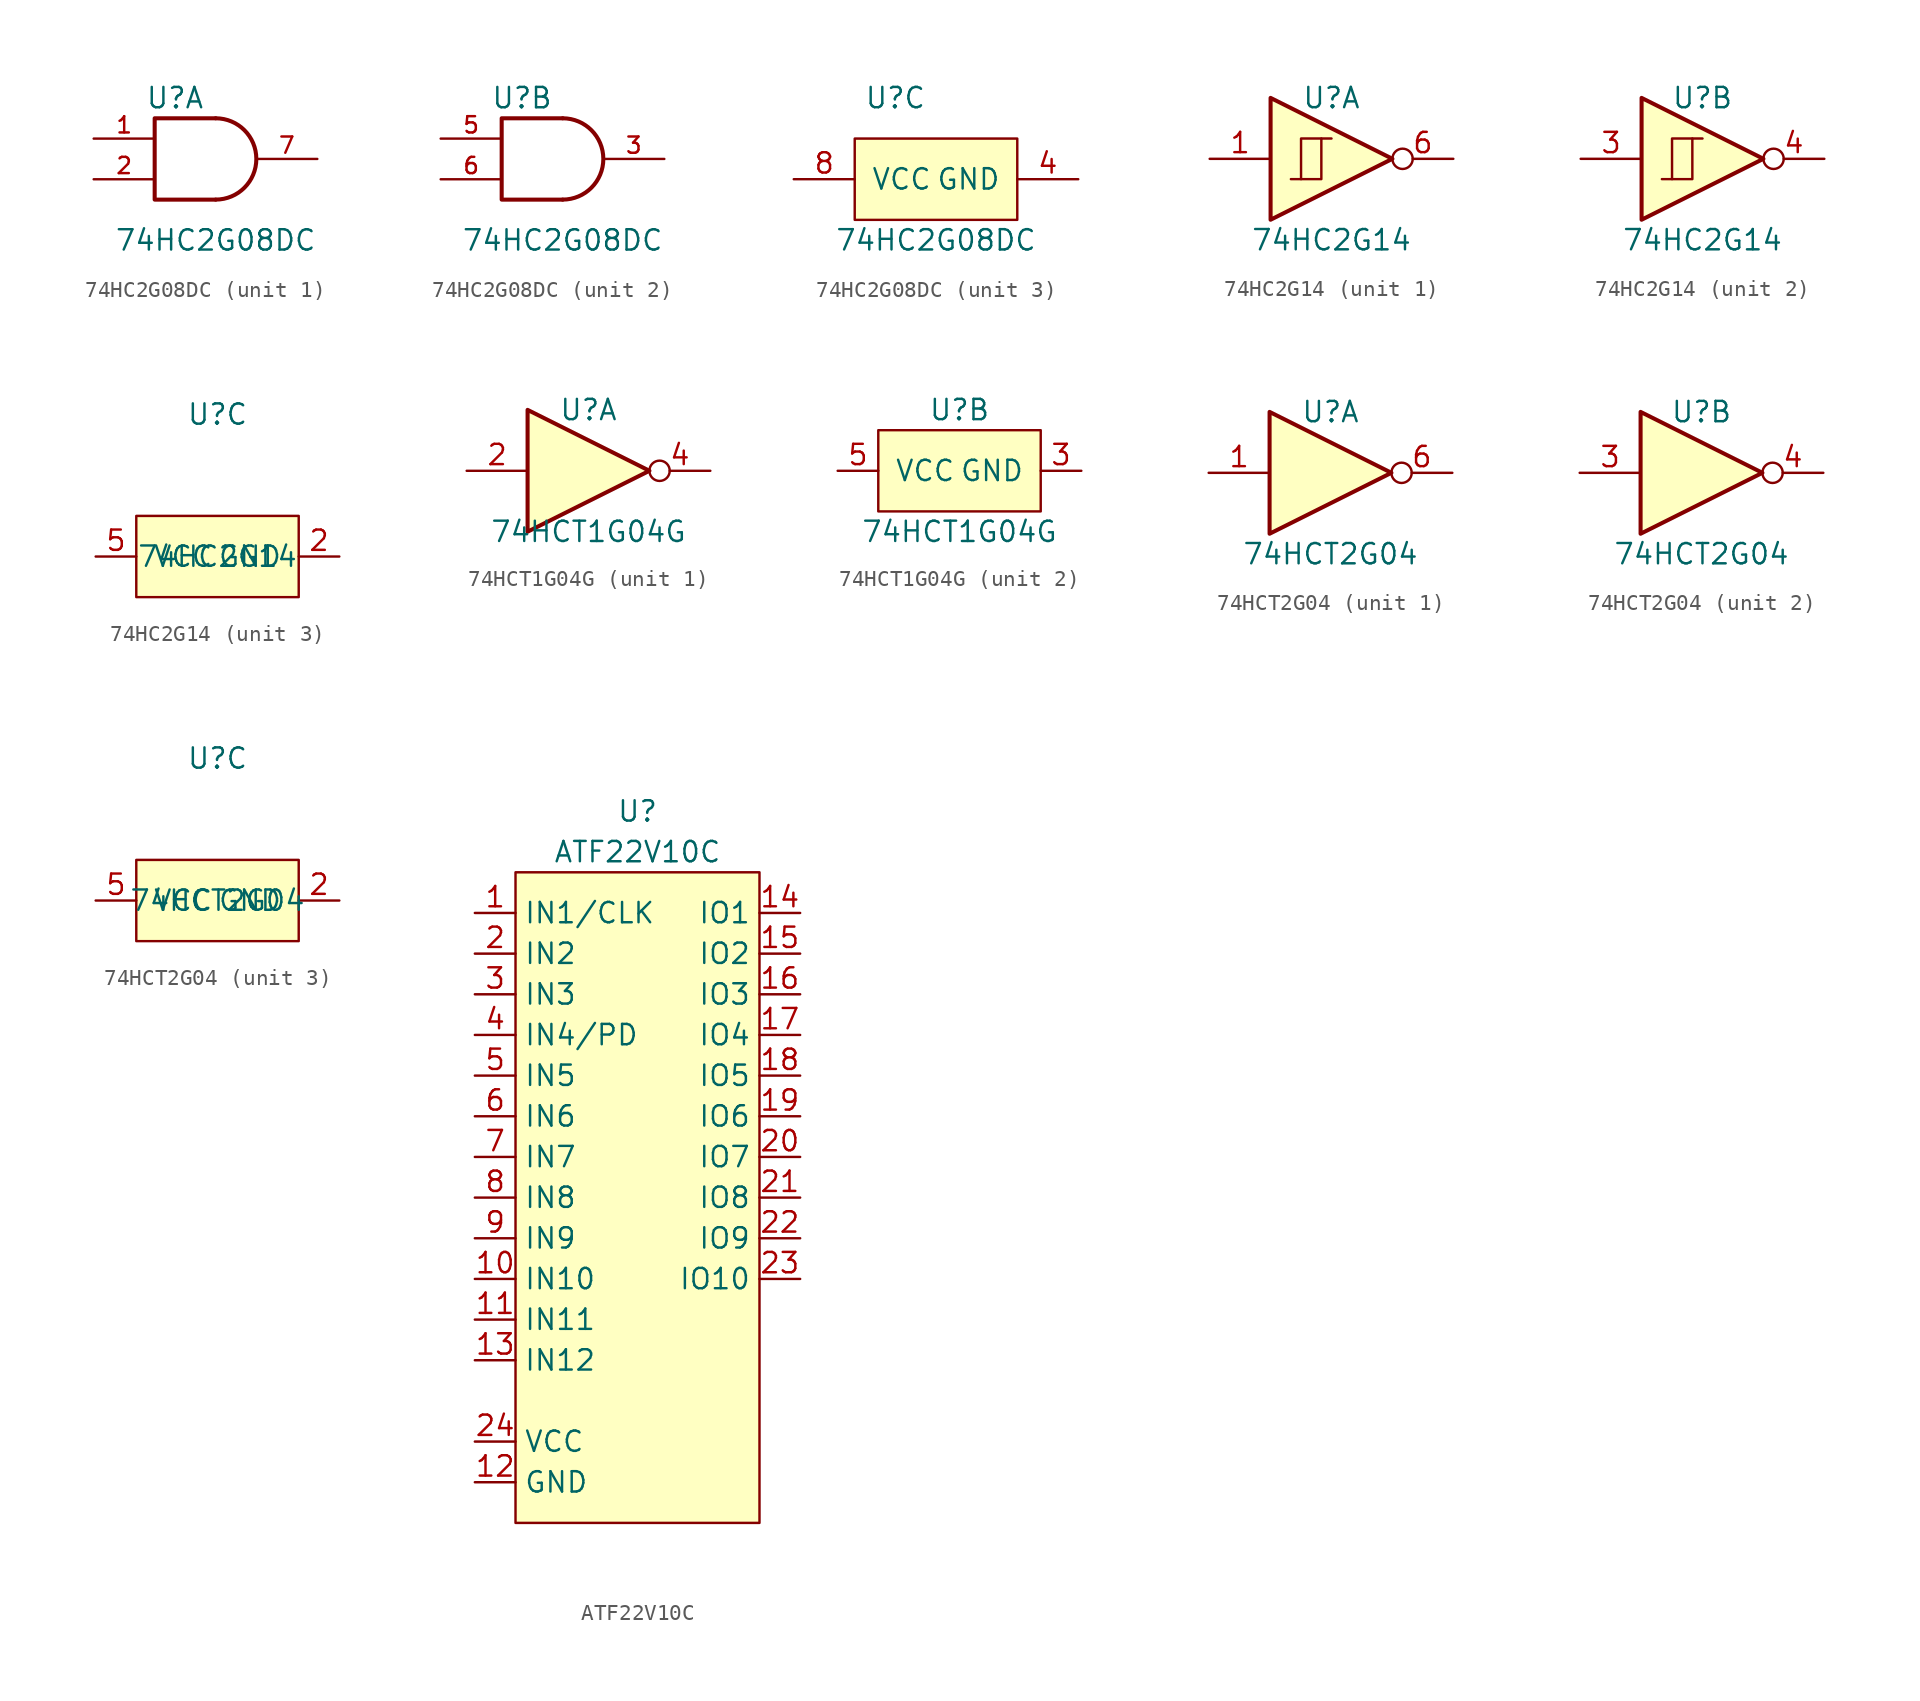
<source format=kicad_sym>
(kicad_symbol_lib
  (version 20211014)
  (generator kicad_symbol_editor)
  (symbol "68komputer-common:74HC2G08DC"
    (pin_names
      (offset 1.016))
    (property "Reference" "U"
      (at -2.54 3.81 0)
      (effects (font (size 1.27 1.27))))
    (property "Value" "74HC2G08DC"
      (at 0 -5.08 0)
      (effects (font (size 1.27 1.27))))
    (property "ki_locked" ""
      (at 0 0 0)
      (effects (font (size 1.27 1.27))))
    (symbol "74HC2G08DC_1_1"
      (arc (start 0 -2.54) (mid 2.54 0) (end 0 2.54) (stroke (width 0.254) (type default) (color 0 0 0 0)) (fill (type none)))
      (polyline (pts (xy 0 -2.54) (xy -3.81 -2.54) (xy -3.81 2.54) (xy 0 2.54)) (stroke (width 0.254) (type default) (color 0 0 0 0)) (fill (type none)))
      (pin input line (at -7.62 1.27 0) (length 3.81) (name "~" (effects (font (size 1.016 1.016)))) (number "1" (effects (font (size 1.016 1.016)))))
      (pin input line (at -7.62 -1.27 0) (length 3.81) (name "~" (effects (font (size 1.016 1.016)))) (number "2" (effects (font (size 1.016 1.016)))))
      (pin output line (at 6.35 0 180) (length 3.81) (name "~" (effects (font (size 1.016 1.016)))) (number "7" (effects (font (size 1.016 1.016))))))
    (symbol "74HC2G08DC_2_1"
      (arc (start 0 -2.54) (mid 2.54 0) (end 0 2.54) (stroke (width 0.254) (type default) (color 0 0 0 0)) (fill (type none)))
      (polyline (pts (xy 0 -2.54) (xy -3.81 -2.54) (xy -3.81 2.54) (xy 0 2.54)) (stroke (width 0.254) (type default) (color 0 0 0 0)) (fill (type none)))
      (pin output line (at 6.35 0 180) (length 3.81) (name "~" (effects (font (size 1.016 1.016)))) (number "3" (effects (font (size 1.016 1.016)))))
      (pin input line (at -7.62 1.27 0) (length 3.81) (name "~" (effects (font (size 1.016 1.016)))) (number "5" (effects (font (size 1.016 1.016)))))
      (pin input line (at -7.62 -1.27 0) (length 3.81) (name "~" (effects (font (size 1.016 1.016)))) (number "6" (effects (font (size 1.016 1.016))))))
    (symbol "74HC2G08DC_3_0"
      (pin power_in line (at 8.89 -1.27 180) (length 3.81) (name "GND" (effects (font (size 1.27 1.27)))) (number "4" (effects (font (size 1.27 1.27)))))
      (pin power_in line (at -8.89 -1.27 0) (length 3.81) (name "VCC" (effects (font (size 1.27 1.27)))) (number "8" (effects (font (size 1.27 1.27))))))
    (symbol "74HC2G08DC_3_1"
      (rectangle (start -5.08 1.27) (end 5.08 -3.81) (stroke (width 0.152) (type default) (color 0 0 0 0)) (fill (type background)))))
  (symbol "68komputer-common:74HC2G14"
    (pin_names
      (offset 1.016))
    (property "Reference" "U"
      (at 0 3.81 0)
      (effects (font (size 1.27 1.27))))
    (property "Value" "74HC2G14"
      (at 0 -5.08 0)
      (effects (font (size 1.27 1.27))))
    (property "ki_locked" ""
      (at 0 0 0)
      (effects (font (size 1.27 1.27))))
    (symbol "74HC2G14_1_0"
      (polyline (pts (xy -3.81 3.81) (xy -3.81 -3.81) (xy 3.81 0) (xy -3.81 3.81)) (stroke (width 0.254) (type default) (color 0 0 0 0)) (fill (type background)))
      (pin input line (at -7.62 0 0) (length 3.81) (name "~" (effects (font (size 1.27 1.27)))) (number "1" (effects (font (size 1.27 1.27)))))
      (pin output inverted (at 7.62 0 180) (length 3.81) (name "~" (effects (font (size 1.27 1.27)))) (number "6" (effects (font (size 1.27 1.27))))))
    (symbol "74HC2G14_1_1"
      (polyline (pts (xy -1.905 -1.27) (xy -1.905 1.27) (xy -0.635 1.27)) (stroke (width 0) (type default) (color 0 0 0 0)) (fill (type none)))
      (polyline (pts (xy -2.54 -1.27) (xy -0.635 -1.27) (xy -0.635 1.27) (xy 0 1.27)) (stroke (width 0) (type default) (color 0 0 0 0)) (fill (type none))))
    (symbol "74HC2G14_2_0"
      (polyline (pts (xy -3.81 3.81) (xy -3.81 -3.81) (xy 3.81 0) (xy -3.81 3.81)) (stroke (width 0.254) (type default) (color 0 0 0 0)) (fill (type background)))
      (pin input line (at -7.62 0 0) (length 3.81) (name "~" (effects (font (size 1.27 1.27)))) (number "3" (effects (font (size 1.27 1.27)))))
      (pin output inverted (at 7.62 0 180) (length 3.81) (name "~" (effects (font (size 1.27 1.27)))) (number "4" (effects (font (size 1.27 1.27))))))
    (symbol "74HC2G14_2_1"
      (polyline (pts (xy -1.905 -1.27) (xy -1.905 1.27) (xy -0.635 1.27)) (stroke (width 0) (type default) (color 0 0 0 0)) (fill (type none)))
      (polyline (pts (xy -2.54 -1.27) (xy -0.635 -1.27) (xy -0.635 1.27) (xy 0 1.27)) (stroke (width 0) (type default) (color 0 0 0 0)) (fill (type none))))
    (symbol "74HC2G14_3_1"
      (rectangle (start -5.08 -2.54) (end 5.08 -7.62) (stroke (width 0.152) (type default) (color 0 0 0 0)) (fill (type background)))
      (pin power_in line (at 7.62 -5.08 180) (length 2.54) (name "GND" (effects (font (size 1.27 1.27)))) (number "2" (effects (font (size 1.27 1.27)))))
      (pin power_in line (at -7.62 -5.08 0) (length 2.54) (name "VCC" (effects (font (size 1.27 1.27)))) (number "5" (effects (font (size 1.27 1.27)))))))
  (symbol "68komputer-common:74HCT1G04G"
    (pin_names
      (offset 1.016))
    (property "Reference" "U"
      (at 0 3.81 0)
      (effects (font (size 1.27 1.27))))
    (property "Value" "74HCT1G04G"
      (at 0 -3.81 0)
      (effects (font (size 1.27 1.27))))
    (property "ki_locked" ""
      (at 0 0 0)
      (effects (font (size 1.27 1.27))))
    (symbol "74HCT1G04G_1_0"
      (polyline (pts (xy -3.81 3.81) (xy -3.81 -3.81) (xy 3.81 0) (xy -3.81 3.81)) (stroke (width 0.254) (type default) (color 0 0 0 0)) (fill (type background)))
      (pin input line (at -7.62 0 0) (length 3.81) (name "~" (effects (font (size 1.27 1.27)))) (number "2" (effects (font (size 1.27 1.27)))))
      (pin output inverted (at 7.62 0 180) (length 3.81) (name "~" (effects (font (size 1.27 1.27)))) (number "4" (effects (font (size 1.27 1.27))))))
    (symbol "74HCT1G04G_2_1"
      (rectangle (start -5.08 2.54) (end 5.08 -2.54) (stroke (width 0.152) (type default) (color 0 0 0 0)) (fill (type background)))
      (pin power_in line (at 7.62 0 180) (length 2.54) (name "GND" (effects (font (size 1.27 1.27)))) (number "3" (effects (font (size 1.27 1.27)))))
      (pin power_in line (at -7.62 0 0) (length 2.54) (name "VCC" (effects (font (size 1.27 1.27)))) (number "5" (effects (font (size 1.27 1.27)))))))
  (symbol "68komputer-common:74HCT2G04"
    (pin_names
      (offset 1.016))
    (property "Reference" "U"
      (at 0 3.81 0)
      (effects (font (size 1.27 1.27))))
    (property "Value" "74HCT2G04"
      (at 0 -5.08 0)
      (effects (font (size 1.27 1.27))))
    (property "ki_locked" ""
      (at 0 0 0)
      (effects (font (size 1.27 1.27))))
    (symbol "74HCT2G04_1_0"
      (polyline (pts (xy -3.81 3.81) (xy -3.81 -3.81) (xy 3.81 0) (xy -3.81 3.81)) (stroke (width 0.254) (type default) (color 0 0 0 0)) (fill (type background)))
      (pin input line (at -7.62 0 0) (length 3.81) (name "~" (effects (font (size 1.27 1.27)))) (number "1" (effects (font (size 1.27 1.27)))))
      (pin output inverted (at 7.62 0 180) (length 3.81) (name "~" (effects (font (size 1.27 1.27)))) (number "6" (effects (font (size 1.27 1.27))))))
    (symbol "74HCT2G04_2_0"
      (polyline (pts (xy -3.81 3.81) (xy -3.81 -3.81) (xy 3.81 0) (xy -3.81 3.81)) (stroke (width 0.254) (type default) (color 0 0 0 0)) (fill (type background)))
      (pin input line (at -7.62 0 0) (length 3.81) (name "~" (effects (font (size 1.27 1.27)))) (number "3" (effects (font (size 1.27 1.27)))))
      (pin output inverted (at 7.62 0 180) (length 3.81) (name "~" (effects (font (size 1.27 1.27)))) (number "4" (effects (font (size 1.27 1.27))))))
    (symbol "74HCT2G04_3_1"
      (rectangle (start -5.08 -2.54) (end 5.08 -7.62) (stroke (width 0.152) (type default) (color 0 0 0 0)) (fill (type background)))
      (pin power_in line (at 7.62 -5.08 180) (length 2.54) (name "GND" (effects (font (size 1.27 1.27)))) (number "2" (effects (font (size 1.27 1.27)))))
      (pin power_in line (at -7.62 -5.08 0) (length 2.54) (name "VCC" (effects (font (size 1.27 1.27)))) (number "5" (effects (font (size 1.27 1.27)))))))
  (symbol "68komputer-common:ATF22V10C"
    (property "Reference" "U"
      (at 0 3.81 0)
      (effects (font (size 1.27 1.27))))
    (property "Value" "ATF22V10C"
      (at 0 1.27 0)
      (effects (font (size 1.27 1.27))))
    (symbol "ATF22V10C_0_1"
      (rectangle (start -7.62 0) (end 7.62 -40.64) (stroke (width 0.152) (type default) (color 0 0 0 0)) (fill (type background))))
    (symbol "ATF22V10C_1_1"
      (pin input line (at -10.16 -2.54 0) (length 2.54) (name "IN1/CLK" (effects (font (size 1.27 1.27)))) (number "1" (effects (font (size 1.27 1.27)))))
      (pin input line (at -10.16 -25.4 0) (length 2.54) (name "IN10" (effects (font (size 1.27 1.27)))) (number "10" (effects (font (size 1.27 1.27)))))
      (pin input line (at -10.16 -27.94 0) (length 2.54) (name "IN11" (effects (font (size 1.27 1.27)))) (number "11" (effects (font (size 1.27 1.27)))))
      (pin power_in line (at -10.16 -38.1 0) (length 2.54) (name "GND" (effects (font (size 1.27 1.27)))) (number "12" (effects (font (size 1.27 1.27)))))
      (pin input line (at -10.16 -30.48 0) (length 2.54) (name "IN12" (effects (font (size 1.27 1.27)))) (number "13" (effects (font (size 1.27 1.27)))))
      (pin bidirectional line (at 10.16 -2.54 180) (length 2.54) (name "IO1" (effects (font (size 1.27 1.27)))) (number "14" (effects (font (size 1.27 1.27)))))
      (pin bidirectional line (at 10.16 -5.08 180) (length 2.54) (name "IO2" (effects (font (size 1.27 1.27)))) (number "15" (effects (font (size 1.27 1.27)))))
      (pin bidirectional line (at 10.16 -7.62 180) (length 2.54) (name "IO3" (effects (font (size 1.27 1.27)))) (number "16" (effects (font (size 1.27 1.27)))))
      (pin bidirectional line (at 10.16 -10.16 180) (length 2.54) (name "IO4" (effects (font (size 1.27 1.27)))) (number "17" (effects (font (size 1.27 1.27)))))
      (pin bidirectional line (at 10.16 -12.7 180) (length 2.54) (name "IO5" (effects (font (size 1.27 1.27)))) (number "18" (effects (font (size 1.27 1.27)))))
      (pin bidirectional line (at 10.16 -15.24 180) (length 2.54) (name "IO6" (effects (font (size 1.27 1.27)))) (number "19" (effects (font (size 1.27 1.27)))))
      (pin input line (at -10.16 -5.08 0) (length 2.54) (name "IN2" (effects (font (size 1.27 1.27)))) (number "2" (effects (font (size 1.27 1.27)))))
      (pin bidirectional line (at 10.16 -17.78 180) (length 2.54) (name "IO7" (effects (font (size 1.27 1.27)))) (number "20" (effects (font (size 1.27 1.27)))))
      (pin bidirectional line (at 10.16 -20.32 180) (length 2.54) (name "IO8" (effects (font (size 1.27 1.27)))) (number "21" (effects (font (size 1.27 1.27)))))
      (pin bidirectional line (at 10.16 -22.86 180) (length 2.54) (name "IO9" (effects (font (size 1.27 1.27)))) (number "22" (effects (font (size 1.27 1.27)))))
      (pin bidirectional line (at 10.16 -25.4 180) (length 2.54) (name "IO10" (effects (font (size 1.27 1.27)))) (number "23" (effects (font (size 1.27 1.27)))))
      (pin power_in line (at -10.16 -35.56 0) (length 2.54) (name "VCC" (effects (font (size 1.27 1.27)))) (number "24" (effects (font (size 1.27 1.27)))))
      (pin input line (at -10.16 -7.62 0) (length 2.54) (name "IN3" (effects (font (size 1.27 1.27)))) (number "3" (effects (font (size 1.27 1.27)))))
      (pin input line (at -10.16 -10.16 0) (length 2.54) (name "IN4/PD" (effects (font (size 1.27 1.27)))) (number "4" (effects (font (size 1.27 1.27)))))
      (pin input line (at -10.16 -12.7 0) (length 2.54) (name "IN5" (effects (font (size 1.27 1.27)))) (number "5" (effects (font (size 1.27 1.27)))))
      (pin input line (at -10.16 -15.24 0) (length 2.54) (name "IN6" (effects (font (size 1.27 1.27)))) (number "6" (effects (font (size 1.27 1.27)))))
      (pin input line (at -10.16 -17.78 0) (length 2.54) (name "IN7" (effects (font (size 1.27 1.27)))) (number "7" (effects (font (size 1.27 1.27)))))
      (pin input line (at -10.16 -20.32 0) (length 2.54) (name "IN8" (effects (font (size 1.27 1.27)))) (number "8" (effects (font (size 1.27 1.27)))))
      (pin input line (at -10.16 -22.86 0) (length 2.54) (name "IN9" (effects (font (size 1.27 1.27)))) (number "9" (effects (font (size 1.27 1.27))))))))
</source>
